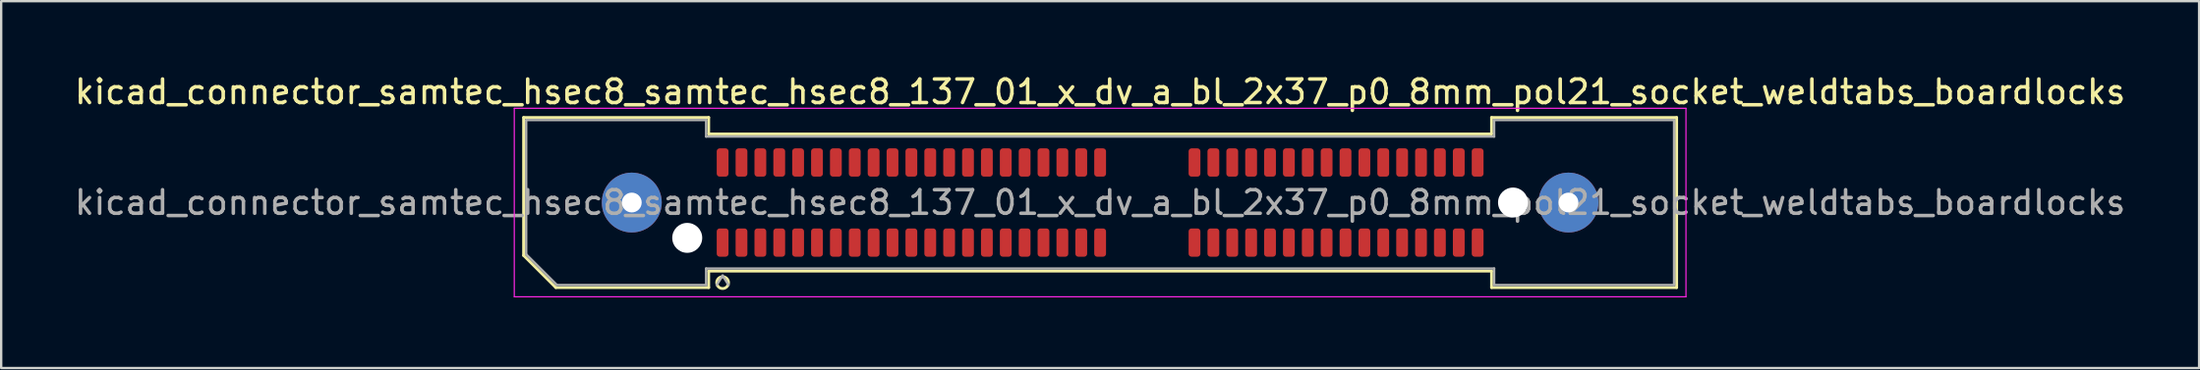
<source format=kicad_pcb>
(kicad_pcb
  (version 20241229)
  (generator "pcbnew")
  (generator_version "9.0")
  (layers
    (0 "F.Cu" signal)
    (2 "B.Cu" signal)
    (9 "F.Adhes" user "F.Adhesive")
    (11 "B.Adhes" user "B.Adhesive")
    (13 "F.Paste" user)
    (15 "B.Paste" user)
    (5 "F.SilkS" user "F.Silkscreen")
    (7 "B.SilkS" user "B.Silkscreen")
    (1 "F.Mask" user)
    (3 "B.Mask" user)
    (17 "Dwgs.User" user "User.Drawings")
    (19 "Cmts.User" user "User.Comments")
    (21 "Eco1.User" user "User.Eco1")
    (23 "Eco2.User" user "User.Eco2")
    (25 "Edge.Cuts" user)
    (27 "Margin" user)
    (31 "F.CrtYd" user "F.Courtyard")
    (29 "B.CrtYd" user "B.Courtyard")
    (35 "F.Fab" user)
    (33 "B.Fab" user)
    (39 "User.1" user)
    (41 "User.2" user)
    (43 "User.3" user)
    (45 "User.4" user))
  (footprint "kicad_connector_samtec_hsec8_samtec_hsec8_137_01_x_dv_a_bl_2x37_p0_8mm_pol21_socket_weldtabs_boardlocks"
    (layer "F.Cu")
    (at 43.577 5.548)
    (property "Reference" "kicad_connector_samtec_hsec8_samtec_hsec8_137_01_x_dv_a_bl_2x37_p0_8mm_pol21_socket_weldtabs_boardlocks" (at 0 -4.7 0) (layer "F.SilkS") (effects (font (size 1 1) (thickness 0.15))))
    (attr smd)
    (fp_line (start -24.435 -3.61) (end -16.59 -3.61) (stroke (width 0.12) (type solid)) (layer "F.SilkS"))
    (fp_line (start -24.435 2.246) (end -24.435 -3.61) (stroke (width 0.12) (type solid)) (layer "F.SilkS"))
    (fp_line (start -23.071 3.61) (end -24.435 2.246) (stroke (width 0.12) (type solid)) (layer "F.SilkS"))
    (fp_line (start -16.59 -3.61) (end -16.59 -2.91) (stroke (width 0.12) (type solid)) (layer "F.SilkS"))
    (fp_line (start -16.59 -2.91) (end 16.59 -2.91) (stroke (width 0.12) (type solid)) (layer "F.SilkS"))
    (fp_line (start -16.59 2.91) (end -16.59 3.61) (stroke (width 0.12) (type solid)) (layer "F.SilkS"))
    (fp_line (start -16.59 3.61) (end -23.071 3.61) (stroke (width 0.12) (type solid)) (layer "F.SilkS"))
    (fp_line (start 16.59 -3.61) (end 24.435 -3.61) (stroke (width 0.12) (type solid)) (layer "F.SilkS"))
    (fp_line (start 16.59 -2.91) (end 16.59 -3.61) (stroke (width 0.12) (type solid)) (layer "F.SilkS"))
    (fp_line (start 16.59 2.91) (end -16.59 2.91) (stroke (width 0.12) (type solid)) (layer "F.SilkS"))
    (fp_line (start 16.59 3.61) (end 16.59 2.91) (stroke (width 0.12) (type solid)) (layer "F.SilkS"))
    (fp_line (start 24.435 -3.61) (end 24.435 3.61) (stroke (width 0.12) (type solid)) (layer "F.SilkS"))
    (fp_line (start 24.435 3.61) (end 16.59 3.61) (stroke (width 0.12) (type solid)) (layer "F.SilkS"))
    (fp_circle (center -16 3.4) (end -15.75 3.4) (stroke (width 0.12) (type solid)) (fill no) (layer "F.SilkS"))
    (fp_line (start -24.83 -4) (end -24.83 4) (stroke (width 0.05) (type solid)) (layer "F.CrtYd"))
    (fp_line (start -24.83 4) (end 24.83 4) (stroke (width 0.05) (type solid)) (layer "F.CrtYd"))
    (fp_line (start 24.83 -4) (end -24.83 -4) (stroke (width 0.05) (type solid)) (layer "F.CrtYd"))
    (fp_line (start 24.83 4) (end 24.83 -4) (stroke (width 0.05) (type solid)) (layer "F.CrtYd"))
    (fp_line (start -24.325 -3.5) (end -16.7 -3.5) (stroke (width 0.1) (type solid)) (layer "F.Fab"))
    (fp_line (start -24.325 2.2) (end -24.325 -3.5) (stroke (width 0.1) (type solid)) (layer "F.Fab"))
    (fp_line (start -23.025 3.5) (end -24.325 2.2) (stroke (width 0.1) (type solid)) (layer "F.Fab"))
    (fp_line (start -16.7 -3.5) (end -16.7 -2.8) (stroke (width 0.1) (type solid)) (layer "F.Fab"))
    (fp_line (start -16.7 -2.8) (end 16.7 -2.8) (stroke (width 0.1) (type solid)) (layer "F.Fab"))
    (fp_line (start -16.7 2.8) (end -16.7 3.5) (stroke (width 0.1) (type solid)) (layer "F.Fab"))
    (fp_line (start -16.7 3.5) (end -23.025 3.5) (stroke (width 0.1) (type solid)) (layer "F.Fab"))
    (fp_line (start -16 3.1) (end -16.25 3.5) (stroke (width 0.1) (type solid)) (layer "F.Fab"))
    (fp_line (start -16 3.1) (end -15.75 3.5) (stroke (width 0.1) (type solid)) (layer "F.Fab"))
    (fp_line (start 16.7 -3.5) (end 24.325 -3.5) (stroke (width 0.1) (type solid)) (layer "F.Fab"))
    (fp_line (start 16.7 -2.8) (end 16.7 -3.5) (stroke (width 0.1) (type solid)) (layer "F.Fab"))
    (fp_line (start 16.7 2.8) (end -16.7 2.8) (stroke (width 0.1) (type solid)) (layer "F.Fab"))
    (fp_line (start 16.7 3.5) (end 16.7 2.8) (stroke (width 0.1) (type solid)) (layer "F.Fab"))
    (fp_line (start 24.325 -3.5) (end 24.325 3.5) (stroke (width 0.1) (type solid)) (layer "F.Fab"))
    (fp_line (start 24.325 3.5) (end 16.7 3.5) (stroke (width 0.1) (type solid)) (layer "F.Fab"))
    (fp_text user "${REFERENCE}" (at 0 0 0) (layer "F.Fab") (effects (font (size 1 1) (thickness 0.15))))
    (pad "" thru_hole circle (at -19.85 0) (size 2.54 2.54) (drill 0.84) (layers "*.Cu" "*.Mask" "F.Paste"))
    (pad "" np_thru_hole circle (at -17.5 1.5) (size 1.27 1.27) (drill 1.27) (layers "*.Cu" "*.Mask"))
    (pad "" np_thru_hole circle (at 17.5 0) (size 1.27 1.27) (drill 1.27) (layers "*.Cu" "*.Mask"))
    (pad "" thru_hole circle (at 19.85 0) (size 2.54 2.54) (drill 0.84) (layers "*.Cu" "*.Mask" "F.Paste"))
    (pad "1" smd roundrect (at -16 1.7) (size 0.5 1.2) (layers "F.Cu" "F.Mask" "F.Paste") (roundrect_rratio 0.25))
    (pad "2" smd roundrect (at -16 -1.7) (size 0.5 1.2) (layers "F.Cu" "F.Mask" "F.Paste") (roundrect_rratio 0.25))
    (pad "3" smd roundrect (at -15.2 1.7) (size 0.5 1.2) (layers "F.Cu" "F.Mask" "F.Paste") (roundrect_rratio 0.25))
    (pad "4" smd roundrect (at -15.2 -1.7) (size 0.5 1.2) (layers "F.Cu" "F.Mask" "F.Paste") (roundrect_rratio 0.25))
    (pad "5" smd roundrect (at -14.4 1.7) (size 0.5 1.2) (layers "F.Cu" "F.Mask" "F.Paste") (roundrect_rratio 0.25))
    (pad "6" smd roundrect (at -14.4 -1.7) (size 0.5 1.2) (layers "F.Cu" "F.Mask" "F.Paste") (roundrect_rratio 0.25))
    (pad "7" smd roundrect (at -13.6 1.7) (size 0.5 1.2) (layers "F.Cu" "F.Mask" "F.Paste") (roundrect_rratio 0.25))
    (pad "8" smd roundrect (at -13.6 -1.7) (size 0.5 1.2) (layers "F.Cu" "F.Mask" "F.Paste") (roundrect_rratio 0.25))
    (pad "9" smd roundrect (at -12.8 1.7) (size 0.5 1.2) (layers "F.Cu" "F.Mask" "F.Paste") (roundrect_rratio 0.25))
    (pad "10" smd roundrect (at -12.8 -1.7) (size 0.5 1.2) (layers "F.Cu" "F.Mask" "F.Paste") (roundrect_rratio 0.25))
    (pad "11" smd roundrect (at -12 1.7) (size 0.5 1.2) (layers "F.Cu" "F.Mask" "F.Paste") (roundrect_rratio 0.25))
    (pad "12" smd roundrect (at -12 -1.7) (size 0.5 1.2) (layers "F.Cu" "F.Mask" "F.Paste") (roundrect_rratio 0.25))
    (pad "13" smd roundrect (at -11.2 1.7) (size 0.5 1.2) (layers "F.Cu" "F.Mask" "F.Paste") (roundrect_rratio 0.25))
    (pad "14" smd roundrect (at -11.2 -1.7) (size 0.5 1.2) (layers "F.Cu" "F.Mask" "F.Paste") (roundrect_rratio 0.25))
    (pad "15" smd roundrect (at -10.4 1.7) (size 0.5 1.2) (layers "F.Cu" "F.Mask" "F.Paste") (roundrect_rratio 0.25))
    (pad "16" smd roundrect (at -10.4 -1.7) (size 0.5 1.2) (layers "F.Cu" "F.Mask" "F.Paste") (roundrect_rratio 0.25))
    (pad "17" smd roundrect (at -9.6 1.7) (size 0.5 1.2) (layers "F.Cu" "F.Mask" "F.Paste") (roundrect_rratio 0.25))
    (pad "18" smd roundrect (at -9.6 -1.7) (size 0.5 1.2) (layers "F.Cu" "F.Mask" "F.Paste") (roundrect_rratio 0.25))
    (pad "19" smd roundrect (at -8.8 1.7) (size 0.5 1.2) (layers "F.Cu" "F.Mask" "F.Paste") (roundrect_rratio 0.25))
    (pad "20" smd roundrect (at -8.8 -1.7) (size 0.5 1.2) (layers "F.Cu" "F.Mask" "F.Paste") (roundrect_rratio 0.25))
    (pad "21" smd roundrect (at -8 1.7) (size 0.5 1.2) (layers "F.Cu" "F.Mask" "F.Paste") (roundrect_rratio 0.25))
    (pad "22" smd roundrect (at -8 -1.7) (size 0.5 1.2) (layers "F.Cu" "F.Mask" "F.Paste") (roundrect_rratio 0.25))
    (pad "23" smd roundrect (at -7.2 1.7) (size 0.5 1.2) (layers "F.Cu" "F.Mask" "F.Paste") (roundrect_rratio 0.25))
    (pad "24" smd roundrect (at -7.2 -1.7) (size 0.5 1.2) (layers "F.Cu" "F.Mask" "F.Paste") (roundrect_rratio 0.25))
    (pad "25" smd roundrect (at -6.4 1.7) (size 0.5 1.2) (layers "F.Cu" "F.Mask" "F.Paste") (roundrect_rratio 0.25))
    (pad "26" smd roundrect (at -6.4 -1.7) (size 0.5 1.2) (layers "F.Cu" "F.Mask" "F.Paste") (roundrect_rratio 0.25))
    (pad "27" smd roundrect (at -5.6 1.7) (size 0.5 1.2) (layers "F.Cu" "F.Mask" "F.Paste") (roundrect_rratio 0.25))
    (pad "28" smd roundrect (at -5.6 -1.7) (size 0.5 1.2) (layers "F.Cu" "F.Mask" "F.Paste") (roundrect_rratio 0.25))
    (pad "29" smd roundrect (at -4.8 1.7) (size 0.5 1.2) (layers "F.Cu" "F.Mask" "F.Paste") (roundrect_rratio 0.25))
    (pad "30" smd roundrect (at -4.8 -1.7) (size 0.5 1.2) (layers "F.Cu" "F.Mask" "F.Paste") (roundrect_rratio 0.25))
    (pad "31" smd roundrect (at -4 1.7) (size 0.5 1.2) (layers "F.Cu" "F.Mask" "F.Paste") (roundrect_rratio 0.25))
    (pad "32" smd roundrect (at -4 -1.7) (size 0.5 1.2) (layers "F.Cu" "F.Mask" "F.Paste") (roundrect_rratio 0.25))
    (pad "33" smd roundrect (at -3.2 1.7) (size 0.5 1.2) (layers "F.Cu" "F.Mask" "F.Paste") (roundrect_rratio 0.25))
    (pad "34" smd roundrect (at -3.2 -1.7) (size 0.5 1.2) (layers "F.Cu" "F.Mask" "F.Paste") (roundrect_rratio 0.25))
    (pad "35" smd roundrect (at -2.4 1.7) (size 0.5 1.2) (layers "F.Cu" "F.Mask" "F.Paste") (roundrect_rratio 0.25))
    (pad "36" smd roundrect (at -2.4 -1.7) (size 0.5 1.2) (layers "F.Cu" "F.Mask" "F.Paste") (roundrect_rratio 0.25))
    (pad "37" smd roundrect (at -1.6 1.7) (size 0.5 1.2) (layers "F.Cu" "F.Mask" "F.Paste") (roundrect_rratio 0.25))
    (pad "38" smd roundrect (at -1.6 -1.7) (size 0.5 1.2) (layers "F.Cu" "F.Mask" "F.Paste") (roundrect_rratio 0.25))
    (pad "39" smd roundrect (at -0.8 1.7) (size 0.5 1.2) (layers "F.Cu" "F.Mask" "F.Paste") (roundrect_rratio 0.25))
    (pad "40" smd roundrect (at -0.8 -1.7) (size 0.5 1.2) (layers "F.Cu" "F.Mask" "F.Paste") (roundrect_rratio 0.25))
    (pad "41" smd roundrect (at 0 1.7) (size 0.5 1.2) (layers "F.Cu" "F.Mask" "F.Paste") (roundrect_rratio 0.25))
    (pad "42" smd roundrect (at 0 -1.7) (size 0.5 1.2) (layers "F.Cu" "F.Mask" "F.Paste") (roundrect_rratio 0.25))
    (pad "43" smd roundrect (at 4 1.7) (size 0.5 1.2) (layers "F.Cu" "F.Mask" "F.Paste") (roundrect_rratio 0.25))
    (pad "44" smd roundrect (at 4 -1.7) (size 0.5 1.2) (layers "F.Cu" "F.Mask" "F.Paste") (roundrect_rratio 0.25))
    (pad "45" smd roundrect (at 4.8 1.7) (size 0.5 1.2) (layers "F.Cu" "F.Mask" "F.Paste") (roundrect_rratio 0.25))
    (pad "46" smd roundrect (at 4.8 -1.7) (size 0.5 1.2) (layers "F.Cu" "F.Mask" "F.Paste") (roundrect_rratio 0.25))
    (pad "47" smd roundrect (at 5.6 1.7) (size 0.5 1.2) (layers "F.Cu" "F.Mask" "F.Paste") (roundrect_rratio 0.25))
    (pad "48" smd roundrect (at 5.6 -1.7) (size 0.5 1.2) (layers "F.Cu" "F.Mask" "F.Paste") (roundrect_rratio 0.25))
    (pad "49" smd roundrect (at 6.4 1.7) (size 0.5 1.2) (layers "F.Cu" "F.Mask" "F.Paste") (roundrect_rratio 0.25))
    (pad "50" smd roundrect (at 6.4 -1.7) (size 0.5 1.2) (layers "F.Cu" "F.Mask" "F.Paste") (roundrect_rratio 0.25))
    (pad "51" smd roundrect (at 7.2 1.7) (size 0.5 1.2) (layers "F.Cu" "F.Mask" "F.Paste") (roundrect_rratio 0.25))
    (pad "52" smd roundrect (at 7.2 -1.7) (size 0.5 1.2) (layers "F.Cu" "F.Mask" "F.Paste") (roundrect_rratio 0.25))
    (pad "53" smd roundrect (at 8 1.7) (size 0.5 1.2) (layers "F.Cu" "F.Mask" "F.Paste") (roundrect_rratio 0.25))
    (pad "54" smd roundrect (at 8 -1.7) (size 0.5 1.2) (layers "F.Cu" "F.Mask" "F.Paste") (roundrect_rratio 0.25))
    (pad "55" smd roundrect (at 8.8 1.7) (size 0.5 1.2) (layers "F.Cu" "F.Mask" "F.Paste") (roundrect_rratio 0.25))
    (pad "56" smd roundrect (at 8.8 -1.7) (size 0.5 1.2) (layers "F.Cu" "F.Mask" "F.Paste") (roundrect_rratio 0.25))
    (pad "57" smd roundrect (at 9.6 1.7) (size 0.5 1.2) (layers "F.Cu" "F.Mask" "F.Paste") (roundrect_rratio 0.25))
    (pad "58" smd roundrect (at 9.6 -1.7) (size 0.5 1.2) (layers "F.Cu" "F.Mask" "F.Paste") (roundrect_rratio 0.25))
    (pad "59" smd roundrect (at 10.4 1.7) (size 0.5 1.2) (layers "F.Cu" "F.Mask" "F.Paste") (roundrect_rratio 0.25))
    (pad "60" smd roundrect (at 10.4 -1.7) (size 0.5 1.2) (layers "F.Cu" "F.Mask" "F.Paste") (roundrect_rratio 0.25))
    (pad "61" smd roundrect (at 11.2 1.7) (size 0.5 1.2) (layers "F.Cu" "F.Mask" "F.Paste") (roundrect_rratio 0.25))
    (pad "62" smd roundrect (at 11.2 -1.7) (size 0.5 1.2) (layers "F.Cu" "F.Mask" "F.Paste") (roundrect_rratio 0.25))
    (pad "63" smd roundrect (at 12 1.7) (size 0.5 1.2) (layers "F.Cu" "F.Mask" "F.Paste") (roundrect_rratio 0.25))
    (pad "64" smd roundrect (at 12 -1.7) (size 0.5 1.2) (layers "F.Cu" "F.Mask" "F.Paste") (roundrect_rratio 0.25))
    (pad "65" smd roundrect (at 12.8 1.7) (size 0.5 1.2) (layers "F.Cu" "F.Mask" "F.Paste") (roundrect_rratio 0.25))
    (pad "66" smd roundrect (at 12.8 -1.7) (size 0.5 1.2) (layers "F.Cu" "F.Mask" "F.Paste") (roundrect_rratio 0.25))
    (pad "67" smd roundrect (at 13.6 1.7) (size 0.5 1.2) (layers "F.Cu" "F.Mask" "F.Paste") (roundrect_rratio 0.25))
    (pad "68" smd roundrect (at 13.6 -1.7) (size 0.5 1.2) (layers "F.Cu" "F.Mask" "F.Paste") (roundrect_rratio 0.25))
    (pad "69" smd roundrect (at 14.4 1.7) (size 0.5 1.2) (layers "F.Cu" "F.Mask" "F.Paste") (roundrect_rratio 0.25))
    (pad "70" smd roundrect (at 14.4 -1.7) (size 0.5 1.2) (layers "F.Cu" "F.Mask" "F.Paste") (roundrect_rratio 0.25))
    (pad "71" smd roundrect (at 15.2 1.7) (size 0.5 1.2) (layers "F.Cu" "F.Mask" "F.Paste") (roundrect_rratio 0.25))
    (pad "72" smd roundrect (at 15.2 -1.7) (size 0.5 1.2) (layers "F.Cu" "F.Mask" "F.Paste") (roundrect_rratio 0.25))
    (pad "73" smd roundrect (at 16 1.7) (size 0.5 1.2) (layers "F.Cu" "F.Mask" "F.Paste") (roundrect_rratio 0.25))
    (pad "74" smd roundrect (at 16 -1.7) (size 0.5 1.2) (layers "F.Cu" "F.Mask" "F.Paste") (roundrect_rratio 0.25)))
  (gr_rect
    (start -3 -3)
    (end 90.155 12.573)
    (stroke (width 0.1) (type default))
    (fill no)
    (layer "Edge.Cuts")))
</source>
